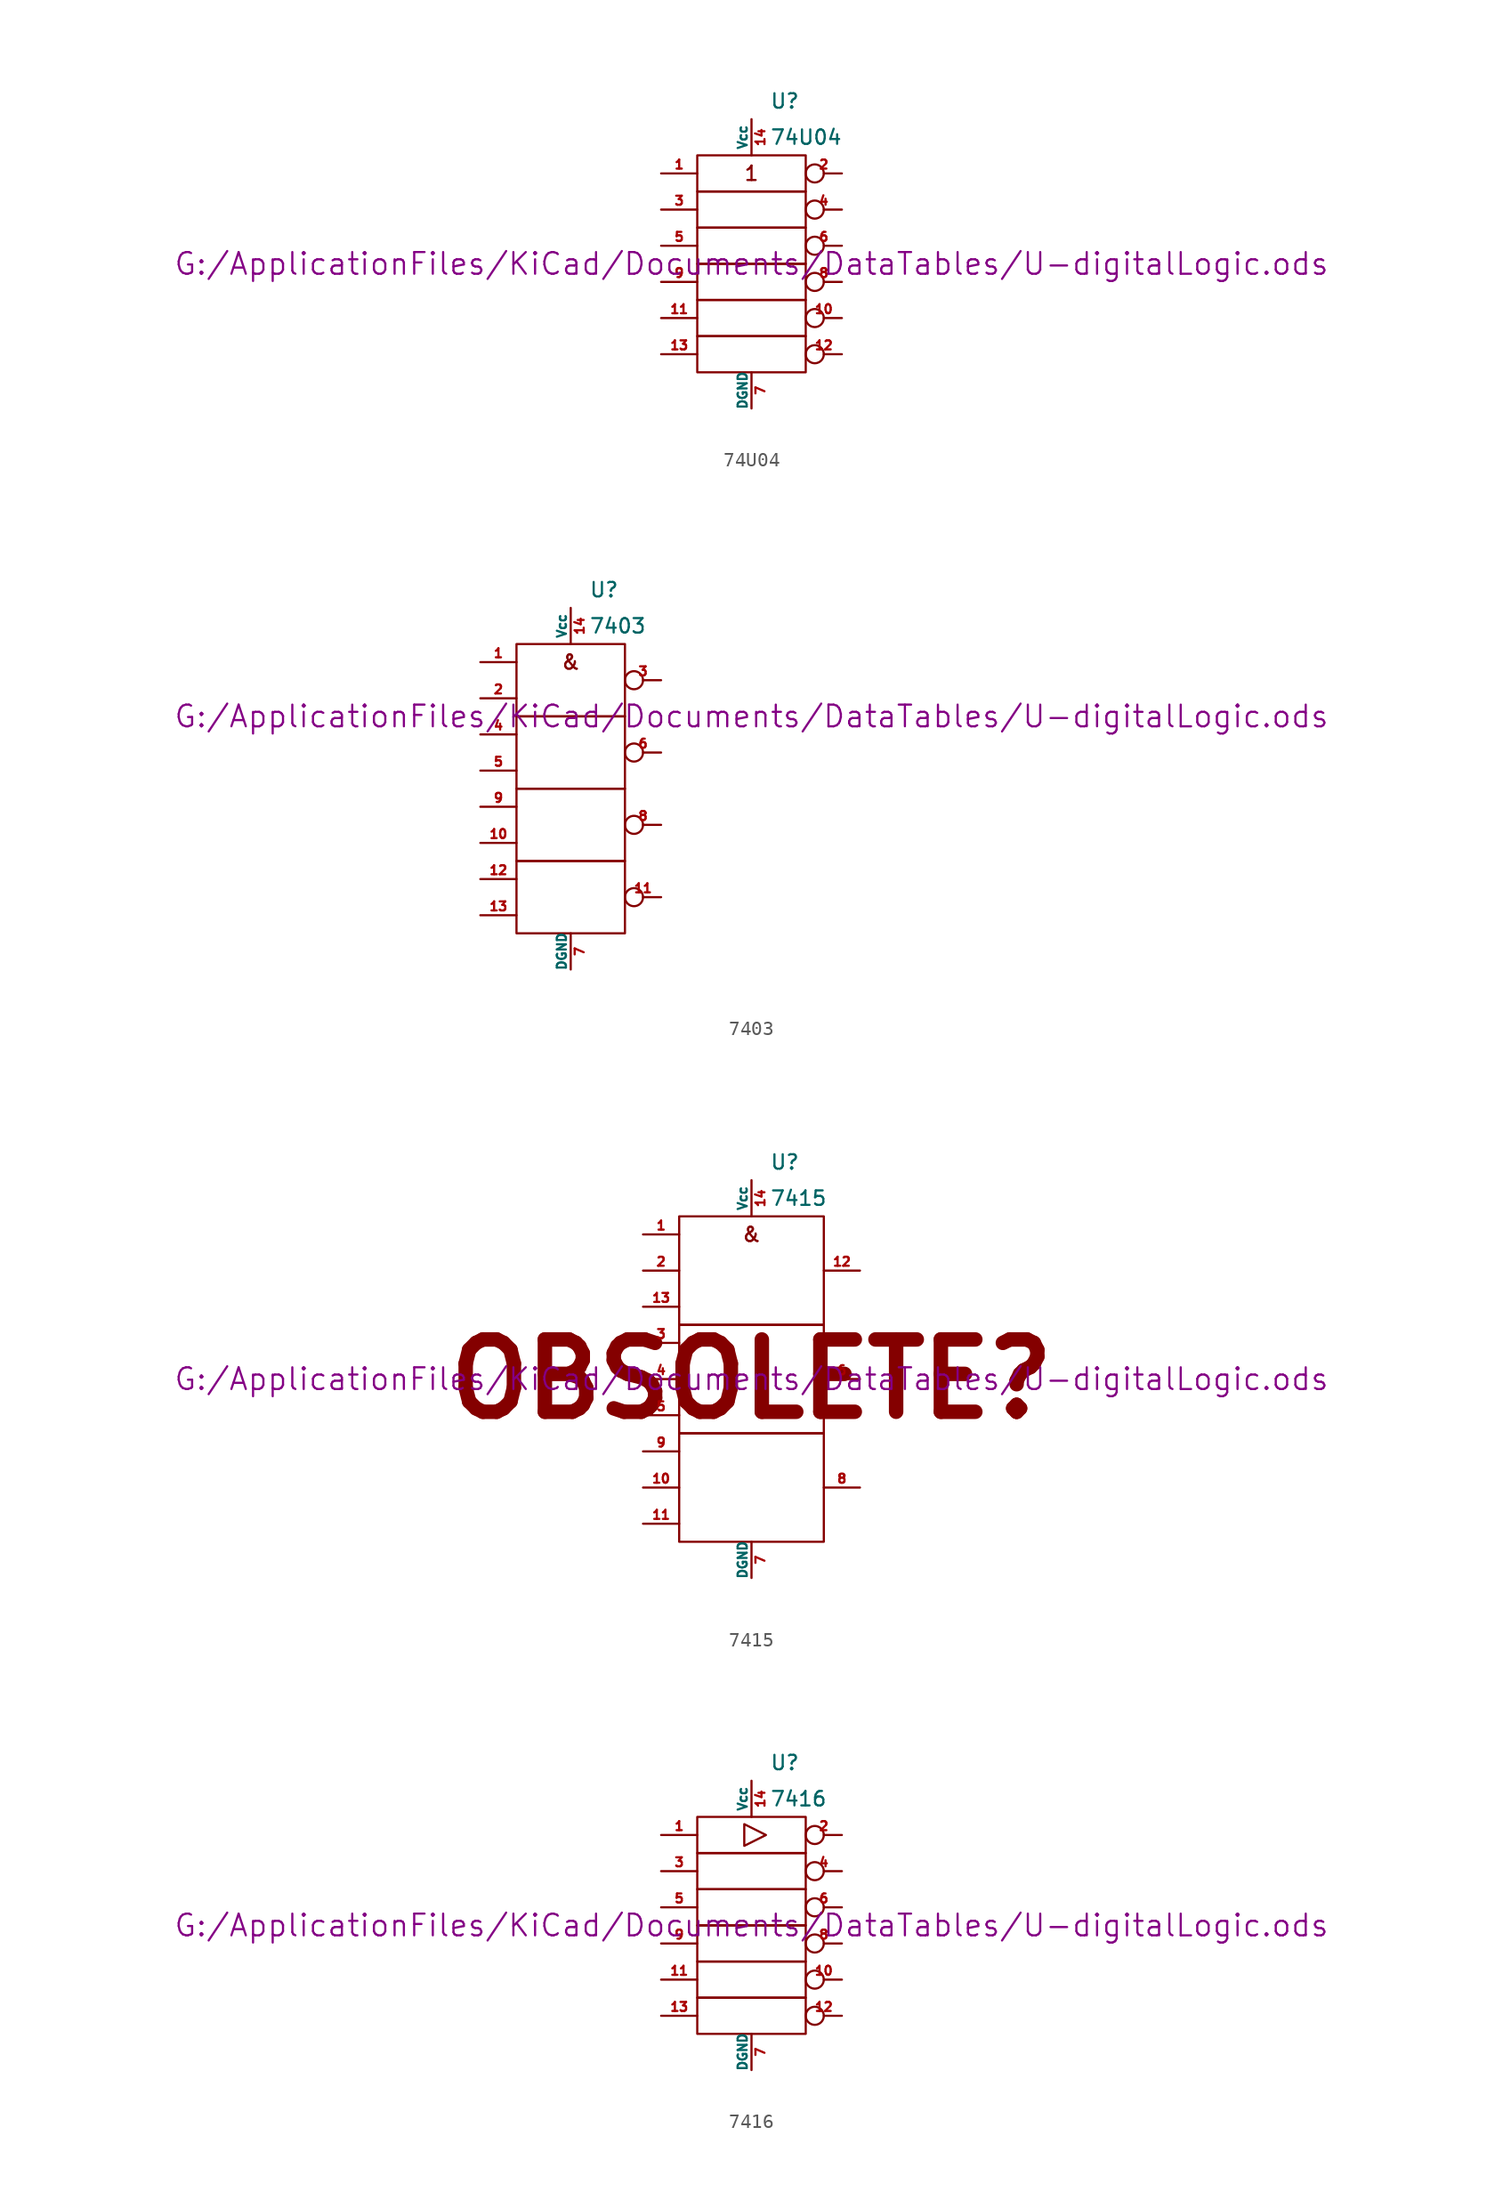
<source format=kicad_sym>
(kicad_symbol_lib
  (version 20211014)
  (generator kicad_symbol_editor)
  (symbol "74U04"
    (pin_names
      (offset 0))
    (property "Reference" "U"
      (at 1.27 11.43 0)
      (effects (font (size 1.016 1.016)) (justify left)))
    (property "Value" "74U04"
      (at 1.27 8.89 0)
      (effects (font (size 1.016 1.016)) (justify left)))
    (property "Footprint" ""
      (at 0 0 0)
      (effects (font (size 1.524 1.524))))
    (property "Datasheet" "G:/ApplicationFiles/KiCad/Documents/DataTables/U-digitalLogic.ods"
      (at 0 0 0)
      (effects (font (size 1.524 1.524))))
    (symbol "74U04_0_0"
      (text "1" (at 0 6.35 0) (effects (font (size 1.016 1.016)))))
    (symbol "74U04_0_1"
      (rectangle (start -3.81 -5.08) (end 3.81 -7.62) (stroke (width 0) (type default) (color 0 0 0 0)) (fill (type none)))
      (rectangle (start -3.81 -2.54) (end 3.81 -5.08) (stroke (width 0) (type default) (color 0 0 0 0)) (fill (type none)))
      (rectangle (start -3.81 0) (end 3.81 -2.54) (stroke (width 0) (type default) (color 0 0 0 0)) (fill (type none)))
      (rectangle (start -3.81 2.54) (end 3.81 0) (stroke (width 0) (type default) (color 0 0 0 0)) (fill (type none)))
      (rectangle (start -3.81 5.08) (end 3.81 2.54) (stroke (width 0) (type default) (color 0 0 0 0)) (fill (type none)))
      (rectangle (start -3.81 7.62) (end 3.81 5.08) (stroke (width 0) (type default) (color 0 0 0 0)) (fill (type none))))
    (symbol "74U04_1_1"
      (pin input line (at -6.35 6.35 0) (length 2.54) (name "~" (effects (font (size 0.635 0.635)))) (number "1" (effects (font (size 0.635 0.635)))))
      (pin output inverted (at 6.35 -3.81 180) (length 2.54) (name "~" (effects (font (size 0.635 0.635)))) (number "10" (effects (font (size 0.635 0.635)))))
      (pin input line (at -6.35 -3.81 0) (length 2.54) (name "~" (effects (font (size 0.635 0.635)))) (number "11" (effects (font (size 0.635 0.635)))))
      (pin output inverted (at 6.35 -6.35 180) (length 2.54) (name "~" (effects (font (size 0.635 0.635)))) (number "12" (effects (font (size 0.635 0.635)))))
      (pin input line (at -6.35 -6.35 0) (length 2.54) (name "~" (effects (font (size 0.635 0.635)))) (number "13" (effects (font (size 0.635 0.635)))))
      (pin power_in line (at 0 10.16 270) (length 2.54) (name "Vcc" (effects (font (size 0.635 0.635)))) (number "14" (effects (font (size 0.635 0.635)))))
      (pin output inverted (at 6.35 6.35 180) (length 2.54) (name "~" (effects (font (size 0.635 0.635)))) (number "2" (effects (font (size 0.635 0.635)))))
      (pin input line (at -6.35 3.81 0) (length 2.54) (name "~" (effects (font (size 0.635 0.635)))) (number "3" (effects (font (size 0.635 0.635)))))
      (pin output inverted (at 6.35 3.81 180) (length 2.54) (name "~" (effects (font (size 0.635 0.635)))) (number "4" (effects (font (size 0.635 0.635)))))
      (pin input line (at -6.35 1.27 0) (length 2.54) (name "~" (effects (font (size 0.635 0.635)))) (number "5" (effects (font (size 0.635 0.635)))))
      (pin output inverted (at 6.35 1.27 180) (length 2.54) (name "~" (effects (font (size 0.635 0.635)))) (number "6" (effects (font (size 0.635 0.635)))))
      (pin power_in line (at 0 -10.16 90) (length 2.54) (name "DGND" (effects (font (size 0.635 0.635)))) (number "7" (effects (font (size 0.635 0.635)))))
      (pin output inverted (at 6.35 -1.27 180) (length 2.54) (name "~" (effects (font (size 0.635 0.635)))) (number "8" (effects (font (size 0.635 0.635)))))
      (pin input line (at -6.35 -1.27 0) (length 2.54) (name "~" (effects (font (size 0.635 0.635)))) (number "9" (effects (font (size 0.635 0.635)))))))
  (symbol "7403"
    (pin_names
      (offset 0))
    (property "Reference" "U"
      (at 1.27 13.97 0)
      (effects (font (size 1.016 1.016)) (justify left)))
    (property "Value" "7403"
      (at 1.27 11.43 0)
      (effects (font (size 1.016 1.016)) (justify left)))
    (property "Footprint" ""
      (at 12.7 5.08 0)
      (effects (font (size 1.524 1.524))))
    (property "Datasheet" "G:/ApplicationFiles/KiCad/Documents/DataTables/U-digitalLogic.ods"
      (at 12.7 5.08 0)
      (effects (font (size 1.524 1.524))))
    (symbol "7403_0_0"
      (text "&" (at 0 8.89 0) (effects (font (size 1.016 1.016)))))
    (symbol "7403_0_1"
      (rectangle (start -3.81 -5.08) (end 3.81 -10.16) (stroke (width 0) (type default) (color 0 0 0 0)) (fill (type none)))
      (rectangle (start -3.81 0) (end 3.81 -5.08) (stroke (width 0) (type default) (color 0 0 0 0)) (fill (type none)))
      (rectangle (start -3.81 5.08) (end 3.81 0) (stroke (width 0) (type default) (color 0 0 0 0)) (fill (type none)))
      (rectangle (start -3.81 10.16) (end 3.81 5.08) (stroke (width 0) (type default) (color 0 0 0 0)) (fill (type none))))
    (symbol "7403_1_1"
      (pin input line (at -6.35 8.89 0) (length 2.54) (name "~" (effects (font (size 0.635 0.635)))) (number "1" (effects (font (size 0.635 0.635)))))
      (pin input line (at -6.35 -3.81 0) (length 2.54) (name "~" (effects (font (size 0.635 0.635)))) (number "10" (effects (font (size 0.635 0.635)))))
      (pin open_collector inverted (at 6.35 -7.62 180) (length 2.54) (name "~" (effects (font (size 0.635 0.635)))) (number "11" (effects (font (size 0.635 0.635)))))
      (pin input line (at -6.35 -6.35 0) (length 2.54) (name "~" (effects (font (size 0.635 0.635)))) (number "12" (effects (font (size 0.635 0.635)))))
      (pin input line (at -6.35 -8.89 0) (length 2.54) (name "~" (effects (font (size 0.635 0.635)))) (number "13" (effects (font (size 0.635 0.635)))))
      (pin power_in line (at 0 12.7 270) (length 2.54) (name "Vcc" (effects (font (size 0.635 0.635)))) (number "14" (effects (font (size 0.635 0.635)))))
      (pin input line (at -6.35 6.35 0) (length 2.54) (name "~" (effects (font (size 0.635 0.635)))) (number "2" (effects (font (size 0.635 0.635)))))
      (pin open_collector inverted (at 6.35 7.62 180) (length 2.54) (name "~" (effects (font (size 0.635 0.635)))) (number "3" (effects (font (size 0.635 0.635)))))
      (pin input line (at -6.35 3.81 0) (length 2.54) (name "~" (effects (font (size 0.635 0.635)))) (number "4" (effects (font (size 0.635 0.635)))))
      (pin input line (at -6.35 1.27 0) (length 2.54) (name "~" (effects (font (size 0.635 0.635)))) (number "5" (effects (font (size 0.635 0.635)))))
      (pin open_collector inverted (at 6.35 2.54 180) (length 2.54) (name "~" (effects (font (size 0.635 0.635)))) (number "6" (effects (font (size 0.635 0.635)))))
      (pin power_in line (at 0 -12.7 90) (length 2.54) (name "DGND" (effects (font (size 0.635 0.635)))) (number "7" (effects (font (size 0.635 0.635)))))
      (pin open_collector inverted (at 6.35 -2.54 180) (length 2.54) (name "~" (effects (font (size 0.635 0.635)))) (number "8" (effects (font (size 0.635 0.635)))))
      (pin input line (at -6.35 -1.27 0) (length 2.54) (name "~" (effects (font (size 0.635 0.635)))) (number "9" (effects (font (size 0.635 0.635)))))))
  (symbol "7415"
    (pin_names
      (offset 0))
    (property "Reference" "U"
      (at 1.27 15.24 0)
      (effects (font (size 1.016 1.016)) (justify left)))
    (property "Value" "7415"
      (at 1.27 12.7 0)
      (effects (font (size 1.016 1.016)) (justify left)))
    (property "Footprint" ""
      (at 0 0 0)
      (effects (font (size 1.524 1.524))))
    (property "Datasheet" "G:/ApplicationFiles/KiCad/Documents/DataTables/U-digitalLogic.ods"
      (at 0 0 0)
      (effects (font (size 1.524 1.524))))
    (symbol "7415_0_0"
      (text "&" (at 0 10.16 0) (effects (font (size 1.016 1.016))))
      (text "OBSOLETE?" (at 0 0 0) (effects (font (size 5.08 5.08) bold))))
    (symbol "7415_0_1"
      (rectangle (start -5.08 -3.81) (end 5.08 -11.43) (stroke (width 0) (type default) (color 0 0 0 0)) (fill (type none)))
      (rectangle (start -5.08 3.81) (end 5.08 -3.81) (stroke (width 0) (type default) (color 0 0 0 0)) (fill (type none)))
      (rectangle (start -5.08 11.43) (end 5.08 3.81) (stroke (width 0) (type default) (color 0 0 0 0)) (fill (type none))))
    (symbol "7415_1_1"
      (pin input line (at -7.62 10.16 0) (length 2.54) (name "~" (effects (font (size 0.635 0.635)))) (number "1" (effects (font (size 0.635 0.635)))))
      (pin input line (at -7.62 -7.62 0) (length 2.54) (name "~" (effects (font (size 0.635 0.635)))) (number "10" (effects (font (size 0.635 0.635)))))
      (pin input line (at -7.62 -10.16 0) (length 2.54) (name "~" (effects (font (size 0.635 0.635)))) (number "11" (effects (font (size 0.635 0.635)))))
      (pin output line (at 7.62 7.62 180) (length 2.54) (name "~" (effects (font (size 0.635 0.635)))) (number "12" (effects (font (size 0.635 0.635)))))
      (pin input line (at -7.62 5.08 0) (length 2.54) (name "~" (effects (font (size 0.635 0.635)))) (number "13" (effects (font (size 0.635 0.635)))))
      (pin power_in line (at 0 13.97 270) (length 2.54) (name "Vcc" (effects (font (size 0.635 0.635)))) (number "14" (effects (font (size 0.635 0.635)))))
      (pin input line (at -7.62 7.62 0) (length 2.54) (name "~" (effects (font (size 0.635 0.635)))) (number "2" (effects (font (size 0.635 0.635)))))
      (pin input line (at -7.62 2.54 0) (length 2.54) (name "~" (effects (font (size 0.635 0.635)))) (number "3" (effects (font (size 0.635 0.635)))))
      (pin input line (at -7.62 0 0) (length 2.54) (name "~" (effects (font (size 0.635 0.635)))) (number "4" (effects (font (size 0.635 0.635)))))
      (pin input line (at -7.62 -2.54 0) (length 2.54) (name "~" (effects (font (size 0.635 0.635)))) (number "5" (effects (font (size 0.635 0.635)))))
      (pin output line (at 7.62 0 180) (length 2.54) (name "~" (effects (font (size 0.635 0.635)))) (number "6" (effects (font (size 0.635 0.635)))))
      (pin power_in line (at 0 -13.97 90) (length 2.54) (name "DGND" (effects (font (size 0.635 0.635)))) (number "7" (effects (font (size 0.635 0.635)))))
      (pin output line (at 7.62 -7.62 180) (length 2.54) (name "~" (effects (font (size 0.635 0.635)))) (number "8" (effects (font (size 0.635 0.635)))))
      (pin input line (at -7.62 -5.08 0) (length 2.54) (name "~" (effects (font (size 0.635 0.635)))) (number "9" (effects (font (size 0.635 0.635)))))))
  (symbol "7416"
    (pin_names
      (offset 0))
    (property "Reference" "U"
      (at 1.27 11.43 0)
      (effects (font (size 1.016 1.016)) (justify left)))
    (property "Value" "7416"
      (at 1.27 8.89 0)
      (effects (font (size 1.016 1.016)) (justify left)))
    (property "Footprint" ""
      (at 0 0 0)
      (effects (font (size 1.524 1.524))))
    (property "Datasheet" "G:/ApplicationFiles/KiCad/Documents/DataTables/U-digitalLogic.ods"
      (at 0 0 0)
      (effects (font (size 1.524 1.524))))
    (symbol "7416_0_1"
      (rectangle (start -3.81 -5.08) (end 3.81 -7.62) (stroke (width 0) (type default) (color 0 0 0 0)) (fill (type none)))
      (rectangle (start -3.81 -2.54) (end 3.81 -5.08) (stroke (width 0) (type default) (color 0 0 0 0)) (fill (type none)))
      (rectangle (start -3.81 0) (end 3.81 -2.54) (stroke (width 0) (type default) (color 0 0 0 0)) (fill (type none)))
      (rectangle (start -3.81 2.54) (end 3.81 0) (stroke (width 0) (type default) (color 0 0 0 0)) (fill (type none)))
      (rectangle (start -3.81 5.08) (end 3.81 2.54) (stroke (width 0) (type default) (color 0 0 0 0)) (fill (type none)))
      (rectangle (start -3.81 7.62) (end 3.81 5.08) (stroke (width 0) (type default) (color 0 0 0 0)) (fill (type none)))
      (polyline (pts (xy -0.508 7.112) (xy -0.508 5.588) (xy 1.016 6.35) (xy -0.508 7.112)) (stroke (width 0) (type default) (color 0 0 0 0)) (fill (type none))))
    (symbol "7416_1_1"
      (pin input line (at -6.35 6.35 0) (length 2.54) (name "~" (effects (font (size 0.635 0.635)))) (number "1" (effects (font (size 0.635 0.635)))))
      (pin open_collector inverted (at 6.35 -3.81 180) (length 2.54) (name "~" (effects (font (size 0.635 0.635)))) (number "10" (effects (font (size 0.635 0.635)))))
      (pin input line (at -6.35 -3.81 0) (length 2.54) (name "~" (effects (font (size 0.635 0.635)))) (number "11" (effects (font (size 0.635 0.635)))))
      (pin open_collector inverted (at 6.35 -6.35 180) (length 2.54) (name "~" (effects (font (size 0.635 0.635)))) (number "12" (effects (font (size 0.635 0.635)))))
      (pin input line (at -6.35 -6.35 0) (length 2.54) (name "~" (effects (font (size 0.635 0.635)))) (number "13" (effects (font (size 0.635 0.635)))))
      (pin power_in line (at 0 10.16 270) (length 2.54) (name "Vcc" (effects (font (size 0.635 0.635)))) (number "14" (effects (font (size 0.635 0.635)))))
      (pin open_collector inverted (at 6.35 6.35 180) (length 2.54) (name "~" (effects (font (size 0.635 0.635)))) (number "2" (effects (font (size 0.635 0.635)))))
      (pin input line (at -6.35 3.81 0) (length 2.54) (name "~" (effects (font (size 0.635 0.635)))) (number "3" (effects (font (size 0.635 0.635)))))
      (pin open_collector inverted (at 6.35 3.81 180) (length 2.54) (name "~" (effects (font (size 0.635 0.635)))) (number "4" (effects (font (size 0.635 0.635)))))
      (pin input line (at -6.35 1.27 0) (length 2.54) (name "~" (effects (font (size 0.635 0.635)))) (number "5" (effects (font (size 0.635 0.635)))))
      (pin open_collector inverted (at 6.35 1.27 180) (length 2.54) (name "~" (effects (font (size 0.635 0.635)))) (number "6" (effects (font (size 0.635 0.635)))))
      (pin power_in line (at 0 -10.16 90) (length 2.54) (name "DGND" (effects (font (size 0.635 0.635)))) (number "7" (effects (font (size 0.635 0.635)))))
      (pin open_collector inverted (at 6.35 -1.27 180) (length 2.54) (name "~" (effects (font (size 0.635 0.635)))) (number "8" (effects (font (size 0.635 0.635)))))
      (pin input line (at -6.35 -1.27 0) (length 2.54) (name "~" (effects (font (size 0.635 0.635)))) (number "9" (effects (font (size 0.635 0.635))))))))
</source>
